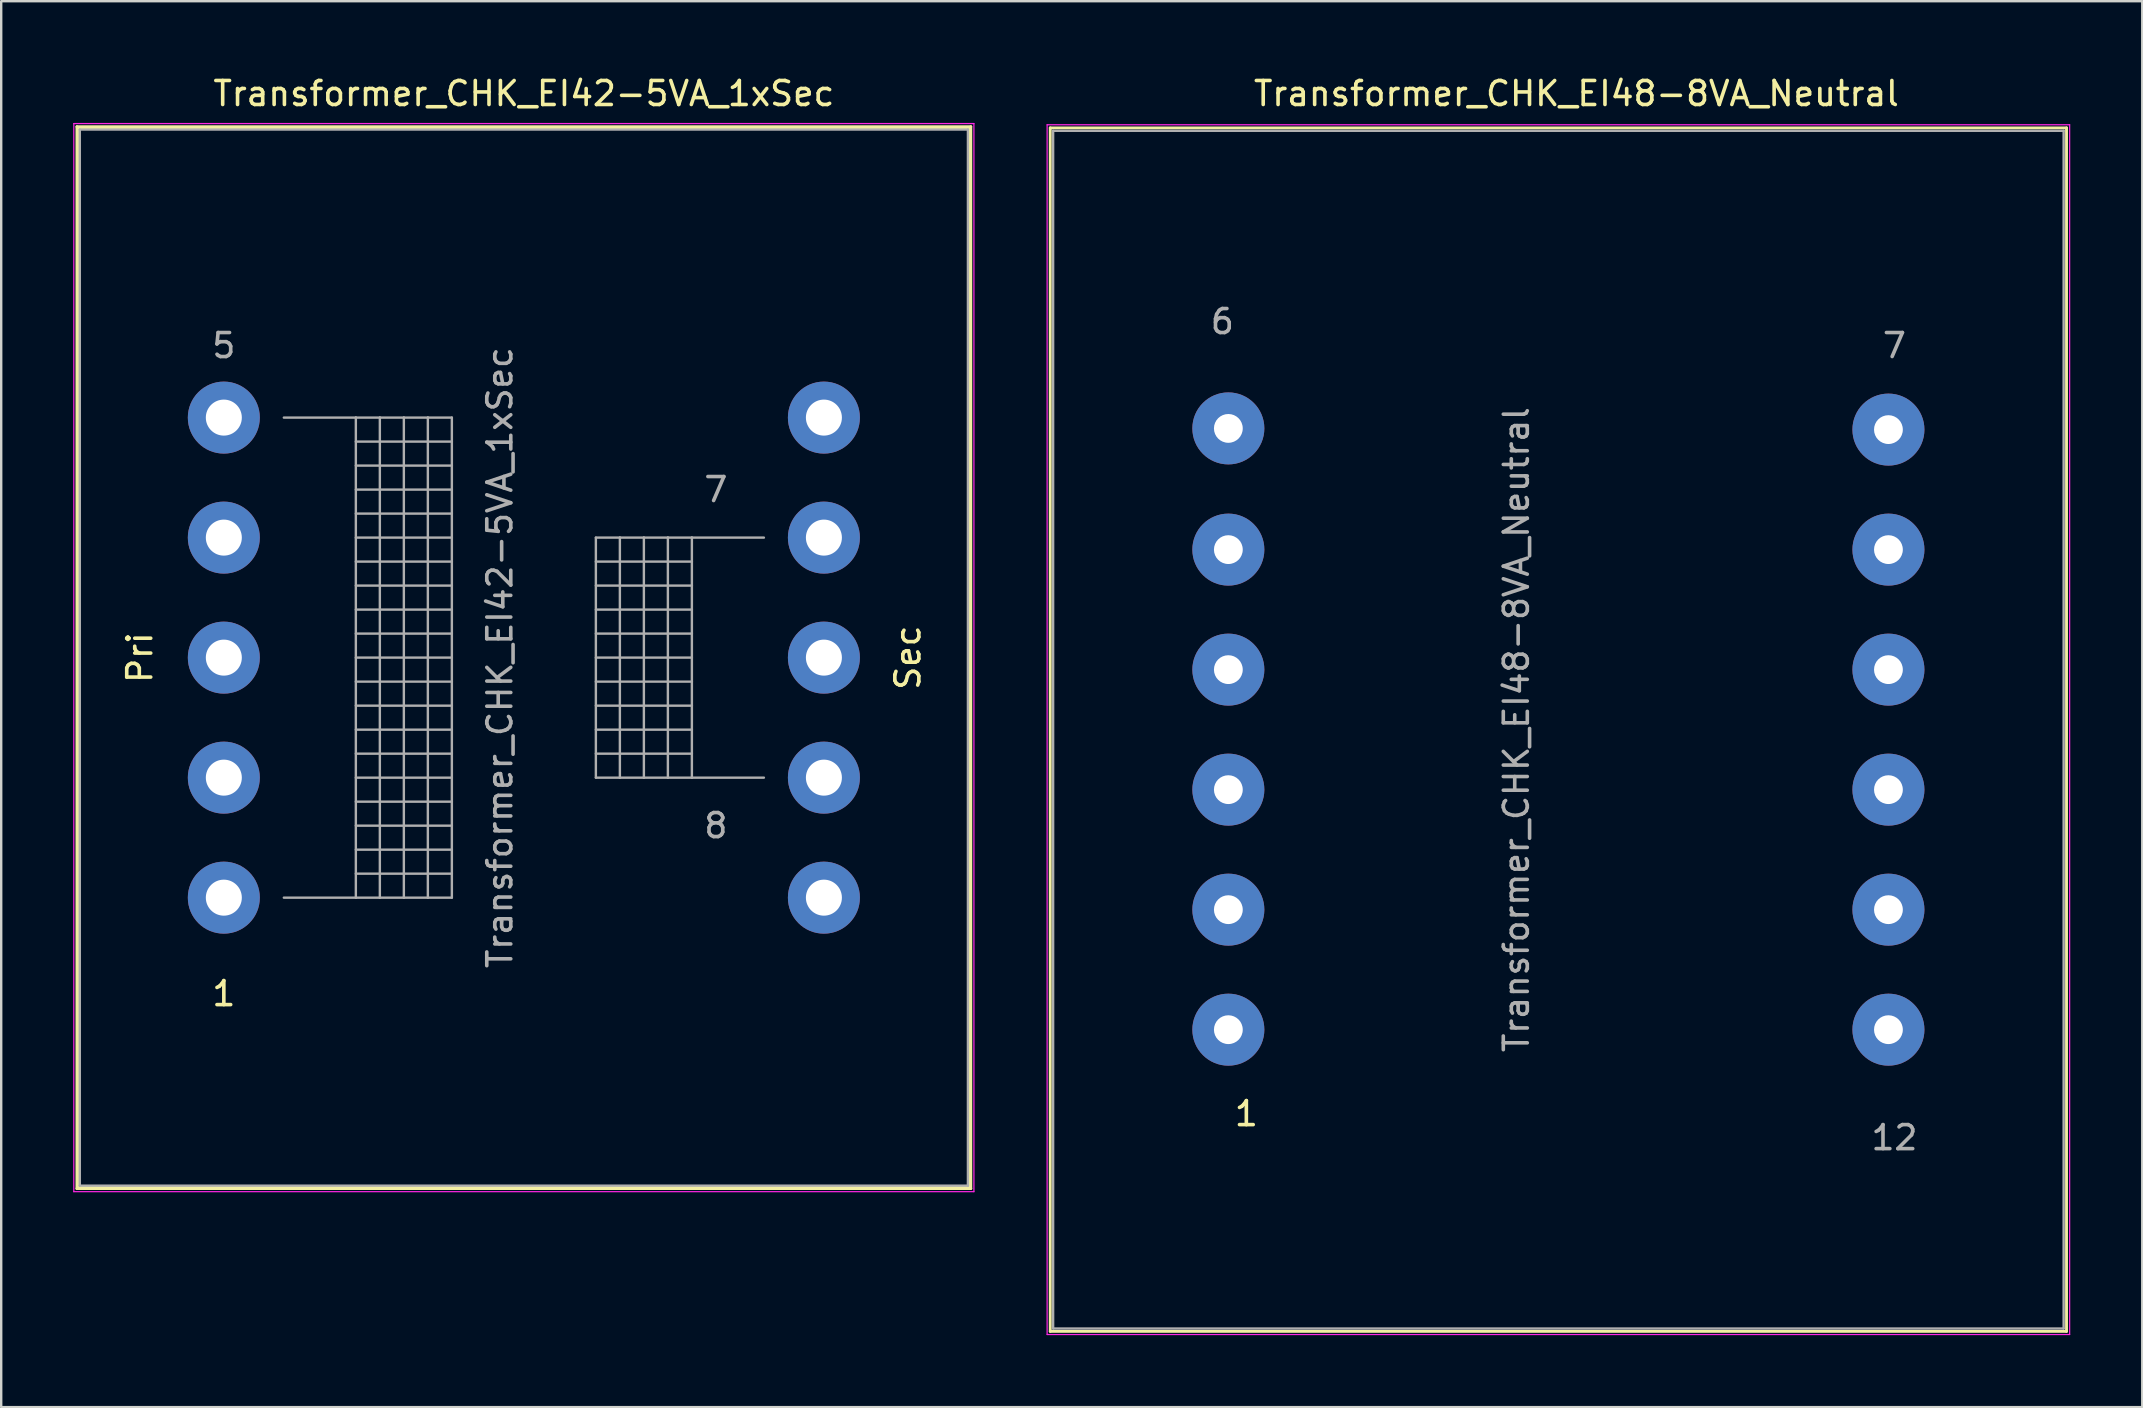
<source format=kicad_pcb>
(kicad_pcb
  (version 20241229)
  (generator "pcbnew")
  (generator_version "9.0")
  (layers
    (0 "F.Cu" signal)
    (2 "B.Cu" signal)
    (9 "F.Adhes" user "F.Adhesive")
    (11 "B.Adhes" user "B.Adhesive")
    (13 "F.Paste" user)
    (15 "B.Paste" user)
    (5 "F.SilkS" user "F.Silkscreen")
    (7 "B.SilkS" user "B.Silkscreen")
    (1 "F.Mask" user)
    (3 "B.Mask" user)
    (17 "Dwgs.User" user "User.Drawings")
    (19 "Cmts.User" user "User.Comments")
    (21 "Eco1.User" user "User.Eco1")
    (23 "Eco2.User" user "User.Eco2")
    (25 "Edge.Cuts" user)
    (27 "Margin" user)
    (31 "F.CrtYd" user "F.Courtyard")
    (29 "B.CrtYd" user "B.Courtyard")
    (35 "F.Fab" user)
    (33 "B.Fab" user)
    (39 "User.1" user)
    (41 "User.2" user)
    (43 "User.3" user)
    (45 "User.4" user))
  (footprint "Transformer_CHK_EI42-5VA_1xSec"
    (layer "F.Cu")
    (at 6.275 34.348)
    (property "Reference" "Transformer_CHK_EI42-5VA_1xSec" (at 12.5 -33.5 0) (layer "F.SilkS") (effects (font (size 1 1) (thickness 0.15))))
    (attr through_hole)
    (fp_line (start -6.12 -32.12) (end -6.12 12.12) (stroke (width 0.12) (type solid)) (layer "F.SilkS"))
    (fp_line (start -6.12 -32.12) (end 31.12 -32.12) (stroke (width 0.12) (type solid)) (layer "F.SilkS"))
    (fp_line (start -6.05 -32.05) (end 31.05 -32.05) (stroke (width 0.12) (type solid)) (layer "F.SilkS"))
    (fp_line (start -6.05 12.05) (end -6.05 -32.05) (stroke (width 0.12) (type solid)) (layer "F.SilkS"))
    (fp_line (start 31.05 -32.05) (end 31.05 12.05) (stroke (width 0.12) (type solid)) (layer "F.SilkS"))
    (fp_line (start 31.05 12.05) (end -6.05 12.05) (stroke (width 0.12) (type solid)) (layer "F.SilkS"))
    (fp_line (start 31.12 12.12) (end -6.12 12.12) (stroke (width 0.12) (type solid)) (layer "F.SilkS"))
    (fp_line (start 31.12 12.12) (end 31.12 -32.12) (stroke (width 0.12) (type solid)) (layer "F.SilkS"))
    (fp_line (start -6.25 -32.25) (end -6.25 12.25) (stroke (width 0.05) (type solid)) (layer "F.CrtYd"))
    (fp_line (start -6.25 -32.25) (end 31.25 -32.25) (stroke (width 0.05) (type solid)) (layer "F.CrtYd"))
    (fp_line (start 31.25 12.25) (end -6.25 12.25) (stroke (width 0.05) (type solid)) (layer "F.CrtYd"))
    (fp_line (start 31.25 12.25) (end 31.25 -32.25) (stroke (width 0.05) (type solid)) (layer "F.CrtYd"))
    (fp_line (start -6 -32) (end -6 12) (stroke (width 0.1) (type solid)) (layer "F.Fab"))
    (fp_line (start -6 12) (end 31 12) (stroke (width 0.1) (type solid)) (layer "F.Fab"))
    (fp_line (start 2.5 -20) (end 5.5 -20) (stroke (width 0.1) (type solid)) (layer "F.Fab"))
    (fp_line (start 5.5 -20) (end 5.5 0) (stroke (width 0.1) (type solid)) (layer "F.Fab"))
    (fp_line (start 5.5 -20) (end 6.5 -20) (stroke (width 0.1) (type solid)) (layer "F.Fab"))
    (fp_line (start 5.5 -19) (end 9.5 -19) (stroke (width 0.1) (type solid)) (layer "F.Fab"))
    (fp_line (start 5.5 -18) (end 9.5 -18) (stroke (width 0.1) (type solid)) (layer "F.Fab"))
    (fp_line (start 5.5 -17) (end 9.5 -17) (stroke (width 0.1) (type solid)) (layer "F.Fab"))
    (fp_line (start 5.5 -16) (end 9.5 -16) (stroke (width 0.1) (type solid)) (layer "F.Fab"))
    (fp_line (start 5.5 -15) (end 9.5 -15) (stroke (width 0.1) (type solid)) (layer "F.Fab"))
    (fp_line (start 5.5 -14) (end 9.5 -14) (stroke (width 0.1) (type solid)) (layer "F.Fab"))
    (fp_line (start 5.5 -13) (end 9.5 -13) (stroke (width 0.1) (type solid)) (layer "F.Fab"))
    (fp_line (start 5.5 -12) (end 9.5 -12) (stroke (width 0.1) (type solid)) (layer "F.Fab"))
    (fp_line (start 5.5 -11) (end 9.5 -11) (stroke (width 0.1) (type solid)) (layer "F.Fab"))
    (fp_line (start 5.5 -10) (end 9.5 -10) (stroke (width 0.1) (type solid)) (layer "F.Fab"))
    (fp_line (start 5.5 -9) (end 9.5 -9) (stroke (width 0.1) (type solid)) (layer "F.Fab"))
    (fp_line (start 5.5 -8) (end 9.5 -8) (stroke (width 0.1) (type solid)) (layer "F.Fab"))
    (fp_line (start 5.5 -7) (end 9.5 -7) (stroke (width 0.1) (type solid)) (layer "F.Fab"))
    (fp_line (start 5.5 -6) (end 9.5 -6) (stroke (width 0.1) (type solid)) (layer "F.Fab"))
    (fp_line (start 5.5 -5) (end 9.5 -5) (stroke (width 0.1) (type solid)) (layer "F.Fab"))
    (fp_line (start 5.5 -4) (end 9.5 -4) (stroke (width 0.1) (type solid)) (layer "F.Fab"))
    (fp_line (start 5.5 -3) (end 9.5 -3) (stroke (width 0.1) (type solid)) (layer "F.Fab"))
    (fp_line (start 5.5 -2) (end 9.5 -2) (stroke (width 0.1) (type solid)) (layer "F.Fab"))
    (fp_line (start 5.5 -1) (end 9.5 -1) (stroke (width 0.1) (type solid)) (layer "F.Fab"))
    (fp_line (start 5.5 0) (end 2.5 0) (stroke (width 0.1) (type solid)) (layer "F.Fab"))
    (fp_line (start 6.5 -20) (end 6.5 0) (stroke (width 0.1) (type solid)) (layer "F.Fab"))
    (fp_line (start 6.5 -20) (end 7.5 -20) (stroke (width 0.1) (type solid)) (layer "F.Fab"))
    (fp_line (start 6.5 0) (end 5.5 0) (stroke (width 0.1) (type solid)) (layer "F.Fab"))
    (fp_line (start 7.5 -20) (end 7.5 0) (stroke (width 0.1) (type solid)) (layer "F.Fab"))
    (fp_line (start 7.5 -20) (end 8.5 -20) (stroke (width 0.1) (type solid)) (layer "F.Fab"))
    (fp_line (start 7.5 0) (end 6.5 0) (stroke (width 0.1) (type solid)) (layer "F.Fab"))
    (fp_line (start 8.5 -20) (end 8.5 0) (stroke (width 0.1) (type solid)) (layer "F.Fab"))
    (fp_line (start 8.5 -20) (end 9.5 -20) (stroke (width 0.1) (type solid)) (layer "F.Fab"))
    (fp_line (start 8.5 0) (end 7.5 0) (stroke (width 0.1) (type solid)) (layer "F.Fab"))
    (fp_line (start 9.5 -20) (end 9.5 0) (stroke (width 0.1) (type solid)) (layer "F.Fab"))
    (fp_line (start 9.5 0) (end 8.5 0) (stroke (width 0.1) (type solid)) (layer "F.Fab"))
    (fp_line (start 15.5 -15) (end 15.5 -5) (stroke (width 0.1) (type solid)) (layer "F.Fab"))
    (fp_line (start 15.5 -14) (end 19.5 -14) (stroke (width 0.1) (type solid)) (layer "F.Fab"))
    (fp_line (start 15.5 -12) (end 19.5 -12) (stroke (width 0.1) (type solid)) (layer "F.Fab"))
    (fp_line (start 15.5 -10) (end 19.5 -10) (stroke (width 0.1) (type solid)) (layer "F.Fab"))
    (fp_line (start 15.5 -8) (end 19.5 -8) (stroke (width 0.1) (type solid)) (layer "F.Fab"))
    (fp_line (start 15.5 -6) (end 19.5 -6) (stroke (width 0.1) (type solid)) (layer "F.Fab"))
    (fp_line (start 15.5 -5) (end 16.5 -5) (stroke (width 0.1) (type solid)) (layer "F.Fab"))
    (fp_line (start 16.5 -15) (end 15.5 -15) (stroke (width 0.1) (type solid)) (layer "F.Fab"))
    (fp_line (start 16.5 -15) (end 16.5 -5) (stroke (width 0.1) (type solid)) (layer "F.Fab"))
    (fp_line (start 16.5 -5) (end 17.5 -5) (stroke (width 0.1) (type solid)) (layer "F.Fab"))
    (fp_line (start 17.5 -15) (end 16.5 -15) (stroke (width 0.1) (type solid)) (layer "F.Fab"))
    (fp_line (start 17.5 -15) (end 17.5 -5) (stroke (width 0.1) (type solid)) (layer "F.Fab"))
    (fp_line (start 17.5 -5) (end 18.5 -5) (stroke (width 0.1) (type solid)) (layer "F.Fab"))
    (fp_line (start 18.5 -15) (end 17.5 -15) (stroke (width 0.1) (type solid)) (layer "F.Fab"))
    (fp_line (start 18.5 -15) (end 18.5 -5) (stroke (width 0.1) (type solid)) (layer "F.Fab"))
    (fp_line (start 18.5 -5) (end 19.5 -5) (stroke (width 0.1) (type solid)) (layer "F.Fab"))
    (fp_line (start 19.5 -15) (end 18.5 -15) (stroke (width 0.1) (type solid)) (layer "F.Fab"))
    (fp_line (start 19.5 -15) (end 19.5 -5) (stroke (width 0.1) (type solid)) (layer "F.Fab"))
    (fp_line (start 19.5 -13) (end 15.5 -13) (stroke (width 0.1) (type solid)) (layer "F.Fab"))
    (fp_line (start 19.5 -11) (end 15.5 -11) (stroke (width 0.1) (type solid)) (layer "F.Fab"))
    (fp_line (start 19.5 -9) (end 15.5 -9) (stroke (width 0.1) (type solid)) (layer "F.Fab"))
    (fp_line (start 19.5 -7) (end 15.5 -7) (stroke (width 0.1) (type solid)) (layer "F.Fab"))
    (fp_line (start 19.5 -5) (end 22.5 -5) (stroke (width 0.1) (type solid)) (layer "F.Fab"))
    (fp_line (start 22.5 -15) (end 19.5 -15) (stroke (width 0.1) (type solid)) (layer "F.Fab"))
    (fp_line (start 31 -32) (end -6 -32) (stroke (width 0.1) (type solid)) (layer "F.Fab"))
    (fp_line (start 31 12) (end 31 -32) (stroke (width 0.1) (type solid)) (layer "F.Fab"))
    (fp_text user "Pri" (at -3.5 -10 90) (layer "F.SilkS") (effects (font (size 1 1) (thickness 0.15))))
    (fp_text user "1" (at 0 4 0) (layer "F.SilkS") (effects (font (size 1 1) (thickness 0.15))))
    (fp_text user "Sec" (at 28.5 -10 90) (layer "F.SilkS") (effects (font (size 1 1) (thickness 0.15))))
    (fp_text user "5" (at 0 -23 0) (layer "F.Fab") (effects (font (size 1 1) (thickness 0.15))))
    (fp_text user "${REFERENCE}" (at 11.5 -10 90) (layer "F.Fab") (effects (font (size 1 1) (thickness 0.15))))
    (fp_text user "7" (at 20.5 -17 0) (layer "F.Fab") (effects (font (size 1 1) (thickness 0.15))))
    (fp_text user "8" (at 20.5 -3 0) (layer "F.Fab") (effects (font (size 1 1) (thickness 0.15))))
    (pad "1" thru_hole circle (at 0 0) (size 3 3) (drill 1.5) (layers "*.Cu" "*.Mask"))
    (pad "2" thru_hole circle (at 0 -5) (size 3 3) (drill 1.5) (layers "*.Cu" "*.Mask"))
    (pad "3" thru_hole circle (at 0 -10) (size 3 3) (drill 1.5) (layers "*.Cu" "*.Mask"))
    (pad "4" thru_hole circle (at 0 -15) (size 3 3) (drill 1.5) (layers "*.Cu" "*.Mask"))
    (pad "5" thru_hole circle (at 0 -20) (size 3 3) (drill 1.5) (layers "*.Cu" "*.Mask"))
    (pad "6" thru_hole circle (at 25 -20) (size 3 3) (drill 1.5) (layers "*.Cu" "*.Mask"))
    (pad "7" thru_hole circle (at 25 -15) (size 3 3) (drill 1.5) (layers "*.Cu" "*.Mask"))
    (pad "8" thru_hole circle (at 25 -10) (size 3 3) (drill 1.5) (layers "*.Cu" "*.Mask"))
    (pad "9" thru_hole circle (at 25 -5) (size 3 3) (drill 1.5) (layers "*.Cu" "*.Mask"))
    (pad "10" thru_hole circle (at 25 0) (size 3 3) (drill 1.5) (layers "*.Cu" "*.Mask")))
  (footprint "Transformer_CHK_EI48-8VA_Neutral"
    (layer "F.Cu")
    (at 48.125 39.848)
    (property "Reference" "Transformer_CHK_EI48-8VA_Neutral" (at 14.5 -39 0) (layer "F.SilkS") (effects (font (size 1 1) (thickness 0.15))))
    (attr through_hole)
    (fp_line (start -7.42 -37.57) (end -7.42 12.57) (stroke (width 0.12) (type solid)) (layer "F.SilkS"))
    (fp_line (start -7.42 -37.57) (end 34.92 -37.57) (stroke (width 0.12) (type solid)) (layer "F.SilkS"))
    (fp_line (start 34.92 12.57) (end -7.42 12.57) (stroke (width 0.12) (type solid)) (layer "F.SilkS"))
    (fp_line (start 34.92 12.57) (end 34.92 -37.57) (stroke (width 0.12) (type solid)) (layer "F.SilkS"))
    (fp_line (start -7.55 -37.7) (end -7.55 12.7) (stroke (width 0.05) (type solid)) (layer "F.CrtYd"))
    (fp_line (start -7.55 -37.7) (end 35.05 -37.7) (stroke (width 0.05) (type solid)) (layer "F.CrtYd"))
    (fp_line (start 35.05 12.7) (end -7.55 12.7) (stroke (width 0.05) (type solid)) (layer "F.CrtYd"))
    (fp_line (start 35.05 12.7) (end 35.05 -37.7) (stroke (width 0.05) (type solid)) (layer "F.CrtYd"))
    (fp_line (start -7.3 -37.45) (end 34.8 -37.45) (stroke (width 0.1) (type solid)) (layer "F.Fab"))
    (fp_line (start -7.3 12.45) (end -7.3 -37.45) (stroke (width 0.1) (type solid)) (layer "F.Fab"))
    (fp_line (start 34.8 -37.45) (end 34.8 12.45) (stroke (width 0.1) (type solid)) (layer "F.Fab"))
    (fp_line (start 34.8 12.45) (end -7.3 12.45) (stroke (width 0.1) (type solid)) (layer "F.Fab"))
    (fp_text user "1" (at 0.75 3.5 0) (layer "F.SilkS") (effects (font (size 1 1) (thickness 0.15))))
    (fp_text user "7" (at 27.75 -28.5 0) (layer "F.Fab") (effects (font (size 1 1) (thickness 0.15))))
    (fp_text user "6" (at -0.25 -29.5 0) (layer "F.Fab") (effects (font (size 1 1) (thickness 0.15))))
    (fp_text user "${REFERENCE}" (at 12 -12.5 90) (layer "F.Fab") (effects (font (size 1 1) (thickness 0.15))))
    (fp_text user "12" (at 27.75 4.5 0) (layer "F.Fab") (effects (font (size 1 1) (thickness 0.15))))
    (pad "1" thru_hole circle (at 0 0) (size 3 3) (drill 1.2) (layers "*.Cu" "*.Mask"))
    (pad "2" thru_hole circle (at 0 -5) (size 3 3) (drill 1.2) (layers "*.Cu" "*.Mask"))
    (pad "3" thru_hole circle (at 0 -10) (size 3 3) (drill 1.2) (layers "*.Cu" "*.Mask"))
    (pad "4" thru_hole circle (at 0 -15) (size 3 3) (drill 1.2) (layers "*.Cu" "*.Mask"))
    (pad "5" thru_hole circle (at 0 -20) (size 3 3) (drill 1.2) (layers "*.Cu" "*.Mask"))
    (pad "6" thru_hole circle (at 0 -25.05) (size 3 3) (drill 1.2) (layers "*.Cu" "*.Mask"))
    (pad "7" thru_hole circle (at 27.5 -25) (size 3 3) (drill 1.2) (layers "*.Cu" "*.Mask"))
    (pad "8" thru_hole circle (at 27.5 -20) (size 3 3) (drill 1.2) (layers "*.Cu" "*.Mask"))
    (pad "9" thru_hole circle (at 27.5 -15) (size 3 3) (drill 1.2) (layers "*.Cu" "*.Mask"))
    (pad "10" thru_hole circle (at 27.5 -10) (size 3 3) (drill 1.2) (layers "*.Cu" "*.Mask"))
    (pad "11" thru_hole circle (at 27.5 -5) (size 3 3) (drill 1.2) (layers "*.Cu" "*.Mask"))
    (pad "12" thru_hole circle (at 27.5 0) (size 3 3) (drill 1.2) (layers "*.Cu" "*.Mask")))
  (gr_rect
    (start -3 -3)
    (end 86.2 55.573)
    (stroke (width 0.1) (type default))
    (fill no)
    (layer "Edge.Cuts")))
</source>
